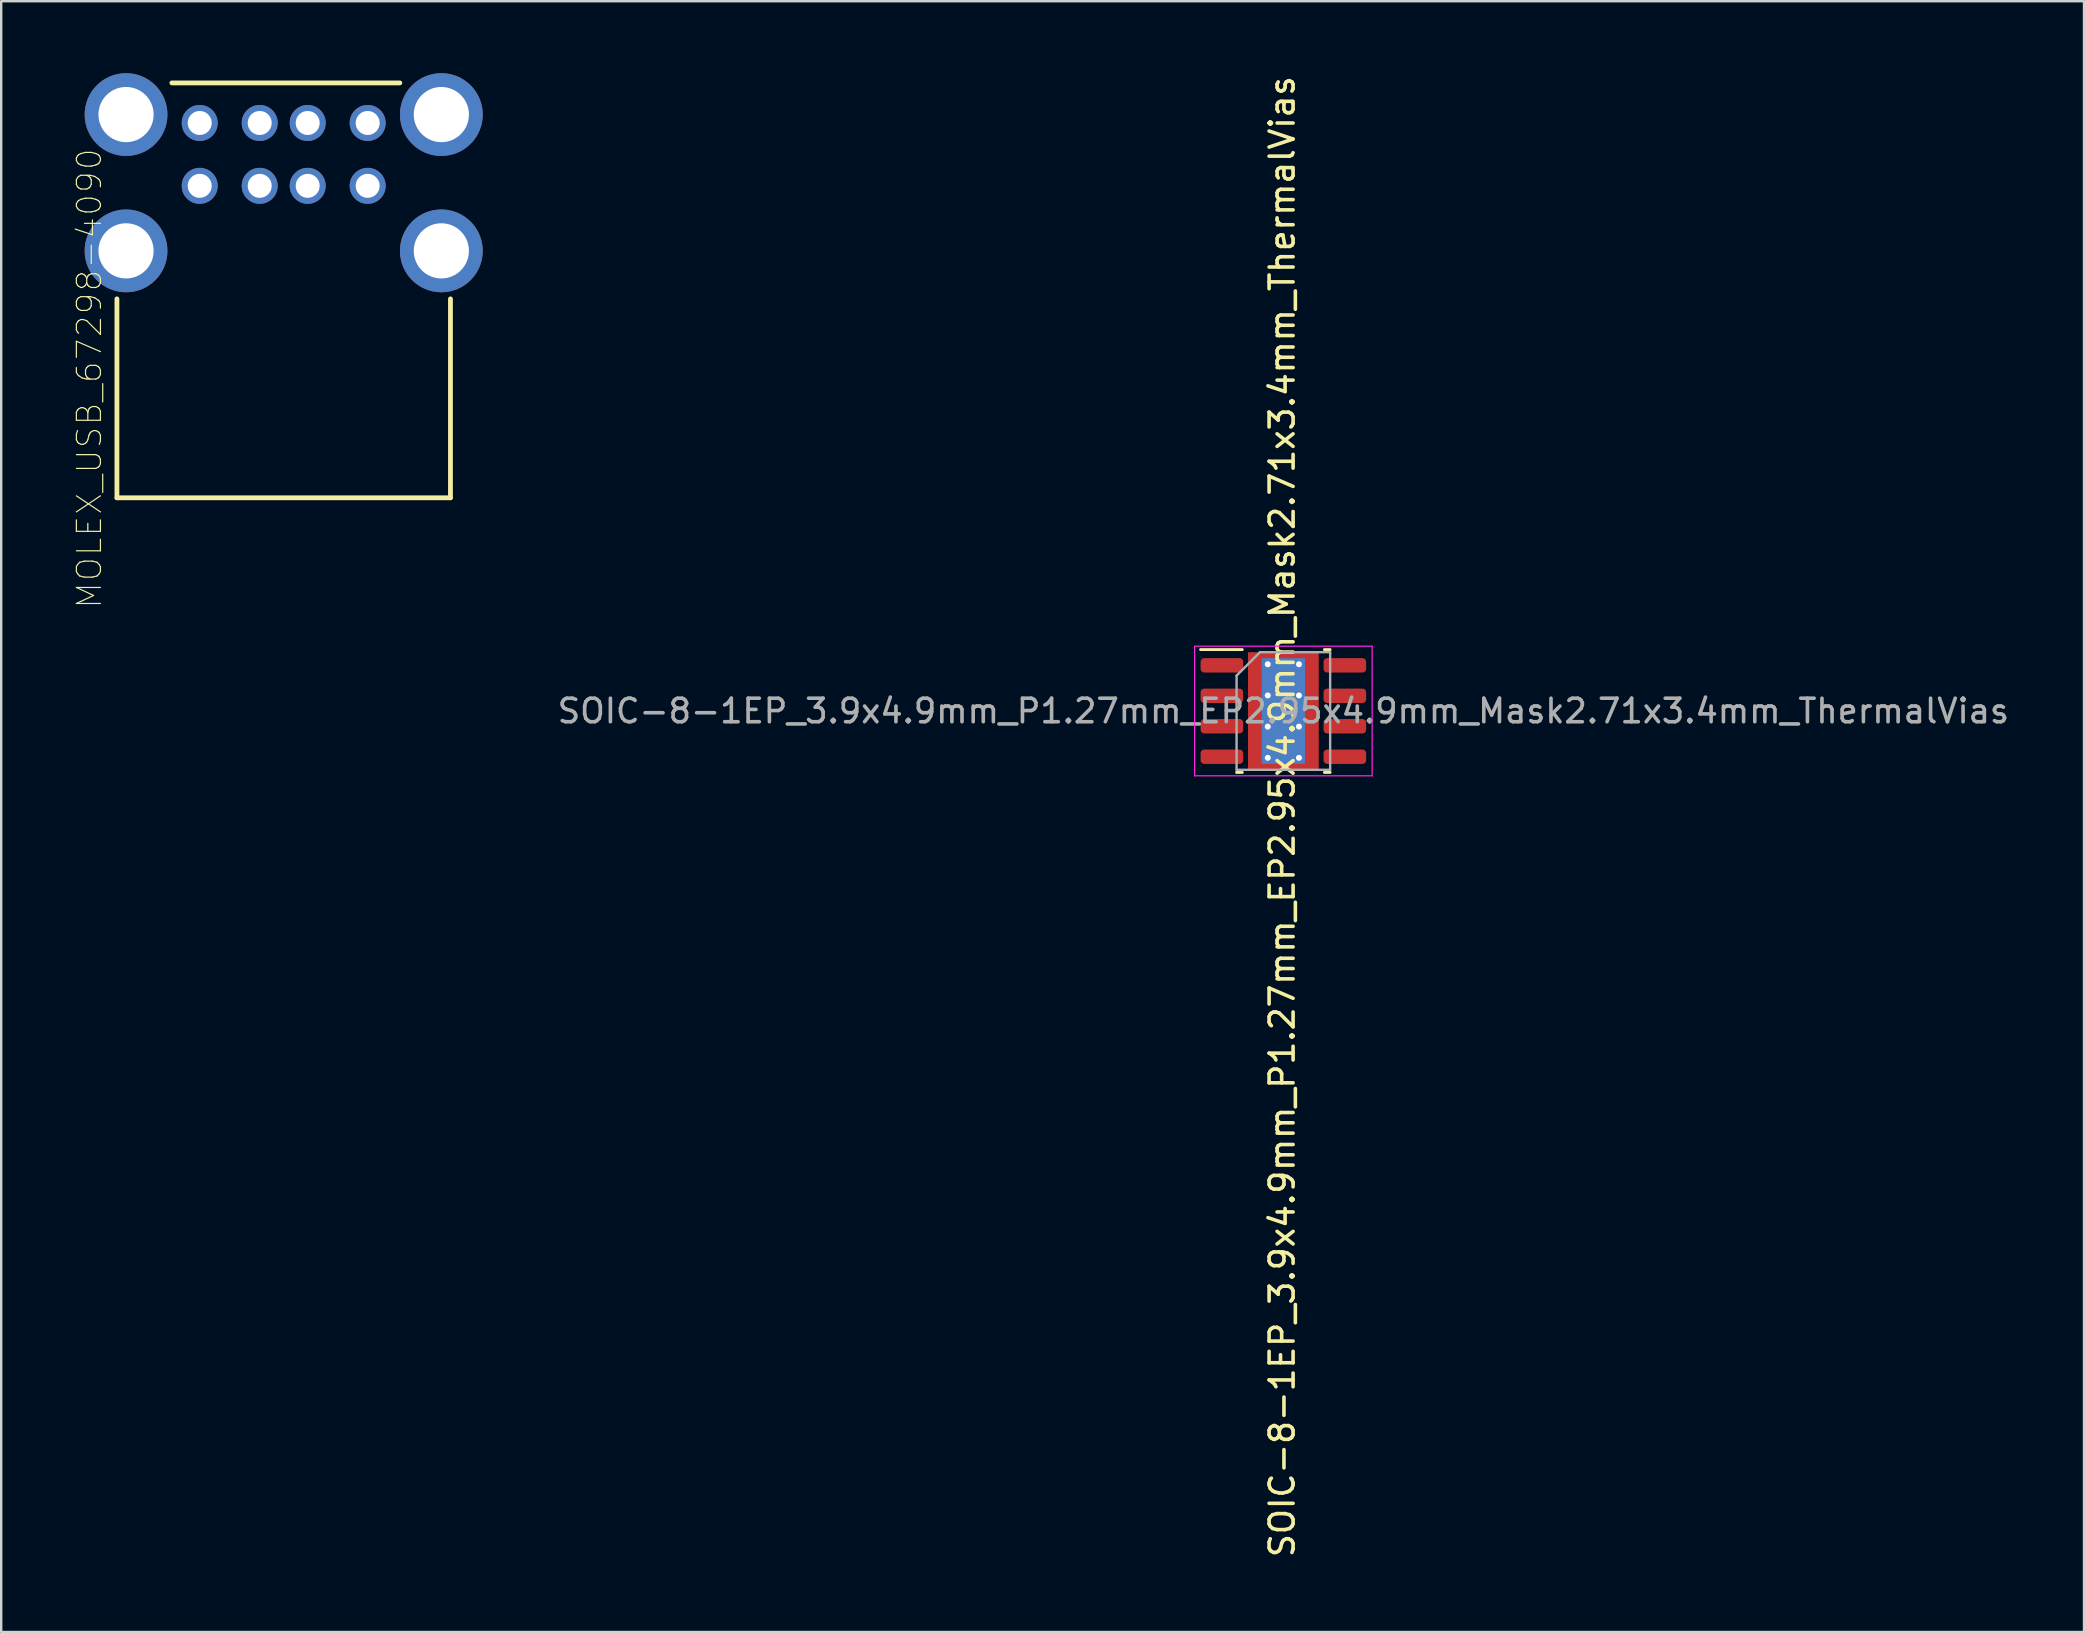
<source format=kicad_pcb>
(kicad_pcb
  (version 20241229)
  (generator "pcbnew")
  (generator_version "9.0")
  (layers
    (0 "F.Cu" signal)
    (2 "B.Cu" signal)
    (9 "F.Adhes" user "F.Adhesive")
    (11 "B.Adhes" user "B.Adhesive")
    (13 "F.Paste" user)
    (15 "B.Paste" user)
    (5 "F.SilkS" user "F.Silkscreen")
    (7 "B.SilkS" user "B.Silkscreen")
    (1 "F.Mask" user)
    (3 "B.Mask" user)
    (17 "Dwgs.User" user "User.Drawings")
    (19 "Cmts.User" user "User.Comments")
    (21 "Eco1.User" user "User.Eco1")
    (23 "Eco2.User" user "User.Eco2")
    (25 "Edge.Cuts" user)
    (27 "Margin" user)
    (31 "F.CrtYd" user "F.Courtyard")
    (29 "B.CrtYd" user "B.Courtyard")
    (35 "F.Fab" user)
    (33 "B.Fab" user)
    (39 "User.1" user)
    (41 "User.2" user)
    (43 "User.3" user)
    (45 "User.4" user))
  (footprint "MOLEX_USB_67298-4090"
    (layer "F.Cu")
    (at 8.773 7.405)
    (property "Reference" "MOLEX_USB_67298-4090" (at -8.099 5.319 90) (layer "F.SilkS") (effects (font (size 1.002 1.002) (thickness 0.05))))
    (attr through_hole)
    (fp_line (start -6.95 10.29) (end -6.95 2) (stroke (width 0.2) (type solid)) (layer "F.SilkS"))
    (fp_line (start -6.95 10.29) (end 6.95 10.29) (stroke (width 0.2) (type solid)) (layer "F.SilkS"))
    (fp_line (start -4.66 -7) (end 4.84 -7) (stroke (width 0.2) (type solid)) (layer "F.SilkS"))
    (fp_line (start 6.95 2) (end 6.95 10.29) (stroke (width 0.2) (type solid)) (layer "F.SilkS"))
    (fp_line (start -7.8 -7.25) (end 7.8 -7.25) (stroke (width 0.05) (type solid)) (layer "Eco1.User"))
    (fp_line (start -7.8 -4.5) (end -7.8 -7.25) (stroke (width 0.05) (type solid)) (layer "Eco1.User"))
    (fp_line (start -7.8 -1.25) (end -7.2 -1.25) (stroke (width 0.05) (type solid)) (layer "Eco1.User"))
    (fp_line (start -7.8 1.25) (end -7.8 -1.25) (stroke (width 0.05) (type solid)) (layer "Eco1.User"))
    (fp_line (start -7.2 -4.5) (end -7.8 -4.5) (stroke (width 0.05) (type solid)) (layer "Eco1.User"))
    (fp_line (start -7.2 -1.25) (end -7.2 -4.5) (stroke (width 0.05) (type solid)) (layer "Eco1.User"))
    (fp_line (start -7.2 1.25) (end -7.8 1.25) (stroke (width 0.05) (type solid)) (layer "Eco1.User"))
    (fp_line (start -7.2 10.45) (end -7.2 1.25) (stroke (width 0.05) (type solid)) (layer "Eco1.User"))
    (fp_line (start 7.2 -4.5) (end 7.2 -1.25) (stroke (width 0.05) (type solid)) (layer "Eco1.User"))
    (fp_line (start 7.2 -1.25) (end 7.8 -1.25) (stroke (width 0.05) (type solid)) (layer "Eco1.User"))
    (fp_line (start 7.2 1.25) (end 7.2 10.45) (stroke (width 0.05) (type solid)) (layer "Eco1.User"))
    (fp_line (start 7.2 10.45) (end -7.2 10.45) (stroke (width 0.05) (type solid)) (layer "Eco1.User"))
    (fp_line (start 7.8 -7.25) (end 7.8 -4.5) (stroke (width 0.05) (type solid)) (layer "Eco1.User"))
    (fp_line (start 7.8 -4.5) (end 7.2 -4.5) (stroke (width 0.05) (type solid)) (layer "Eco1.User"))
    (fp_line (start 7.8 -1.25) (end 7.8 1.25) (stroke (width 0.05) (type solid)) (layer "Eco1.User"))
    (fp_line (start 7.8 1.25) (end 7.2 1.25) (stroke (width 0.05) (type solid)) (layer "Eco1.User"))
    (pad "1" thru_hole circle (at -3.5 -5.33) (size 1.5 1.5) (drill 1) (layers "*.Cu" "*.Mask"))
    (pad "2" thru_hole circle (at -1 -5.33) (size 1.5 1.5) (drill 1) (layers "*.Cu" "*.Mask"))
    (pad "3" thru_hole circle (at 1 -5.33) (size 1.5 1.5) (drill 1) (layers "*.Cu" "*.Mask"))
    (pad "4" thru_hole circle (at 3.5 -5.33) (size 1.5 1.5) (drill 1) (layers "*.Cu" "*.Mask"))
    (pad "5" thru_hole circle (at -3.5 -2.71) (size 1.5 1.5) (drill 1) (layers "*.Cu" "*.Mask"))
    (pad "6" thru_hole circle (at -1 -2.71) (size 1.5 1.5) (drill 1) (layers "*.Cu" "*.Mask"))
    (pad "7" thru_hole circle (at 1 -2.71) (size 1.5 1.5) (drill 1) (layers "*.Cu" "*.Mask"))
    (pad "8" thru_hole circle (at 3.5 -2.71) (size 1.5 1.5) (drill 1) (layers "*.Cu" "*.Mask"))
    (pad "MT1" thru_hole circle (at -6.57 0) (size 3.45 3.45) (drill 2.3) (layers "*.Cu" "*.Mask"))
    (pad "MT2" thru_hole circle (at 6.57 0) (size 3.45 3.45) (drill 2.3) (layers "*.Cu" "*.Mask"))
    (pad "MT3" thru_hole circle (at -6.57 -5.68) (size 3.45 3.45) (drill 2.3) (layers "*.Cu" "*.Mask"))
    (pad "MT4" thru_hole circle (at 6.57 -5.68) (size 3.45 3.45) (drill 2.3) (layers "*.Cu" "*.Mask")))
  (footprint "SOIC-8-1EP_3.9x4.9mm_P1.27mm_EP2.95x4.9mm_Mask2.71x3.4mm_ThermalVias"
    (layer "F.Cu")
    (at 50.435 26.582)
    (property "Reference" "SOIC-8-1EP_3.9x4.9mm_P1.27mm_EP2.95x4.9mm_Mask2.71x3.4mm_ThermalVias" (at -0.05 4.4 90) (layer "F.SilkS") (effects (font (size 1 1) (thickness 0.15))))
    (attr smd)
    (fp_line (start -1.711 -2.56) (end -3.45 -2.56) (stroke (width 0.12) (type solid)) (layer "F.SilkS"))
    (fp_line (start -1.711 2.56) (end -1.95 2.56) (stroke (width 0.12) (type solid)) (layer "F.SilkS"))
    (fp_line (start 1.711 -2.56) (end 1.95 -2.56) (stroke (width 0.12) (type solid)) (layer "F.SilkS"))
    (fp_line (start 1.711 2.56) (end 1.95 2.56) (stroke (width 0.12) (type solid)) (layer "F.SilkS"))
    (fp_line (start -3.7 -2.7) (end -3.7 2.7) (stroke (width 0.05) (type solid)) (layer "F.CrtYd"))
    (fp_line (start -3.7 2.7) (end 3.7 2.7) (stroke (width 0.05) (type solid)) (layer "F.CrtYd"))
    (fp_line (start 3.7 -2.7) (end -3.7 -2.7) (stroke (width 0.05) (type solid)) (layer "F.CrtYd"))
    (fp_line (start 3.7 2.7) (end 3.7 -2.7) (stroke (width 0.05) (type solid)) (layer "F.CrtYd"))
    (fp_line (start -1.95 -1.475) (end -0.975 -2.45) (stroke (width 0.1) (type solid)) (layer "F.Fab"))
    (fp_line (start -1.95 2.45) (end -1.95 -1.475) (stroke (width 0.1) (type solid)) (layer "F.Fab"))
    (fp_line (start -0.975 -2.45) (end 1.95 -2.45) (stroke (width 0.1) (type solid)) (layer "F.Fab"))
    (fp_line (start 1.95 -2.45) (end 1.95 2.45) (stroke (width 0.1) (type solid)) (layer "F.Fab"))
    (fp_line (start 1.95 2.45) (end -1.95 2.45) (stroke (width 0.1) (type solid)) (layer "F.Fab"))
    (fp_text user "${REFERENCE}" (at 0 0 0) (layer "F.Fab") (effects (font (size 0.98 0.98) (thickness 0.15))))
    (pad "" smd roundrect (at -0.68 -0.85) (size 1.13 1.42) (layers "F.Paste") (roundrect_rratio 0.221))
    (pad "" smd roundrect (at -0.68 0.85) (size 1.13 1.42) (layers "F.Paste") (roundrect_rratio 0.221))
    (pad "" smd rect (at 0 0) (size 2.71 3.4) (layers "F.Mask"))
    (pad "" smd roundrect (at 0.68 -0.85) (size 1.13 1.42) (layers "F.Paste") (roundrect_rratio 0.221))
    (pad "" smd roundrect (at 0.68 0.85) (size 1.13 1.42) (layers "F.Paste") (roundrect_rratio 0.221))
    (pad "1" smd roundrect (at -2.562 -1.905) (size 1.775 0.6) (layers "F.Cu" "F.Mask" "F.Paste") (roundrect_rratio 0.25))
    (pad "2" smd roundrect (at -2.562 -0.635) (size 1.775 0.6) (layers "F.Cu" "F.Mask" "F.Paste") (roundrect_rratio 0.25))
    (pad "3" smd roundrect (at -2.562 0.635) (size 1.775 0.6) (layers "F.Cu" "F.Mask" "F.Paste") (roundrect_rratio 0.25))
    (pad "4" smd roundrect (at -2.562 1.905) (size 1.775 0.6) (layers "F.Cu" "F.Mask" "F.Paste") (roundrect_rratio 0.25))
    (pad "5" smd roundrect (at 2.562 1.905) (size 1.775 0.6) (layers "F.Cu" "F.Mask" "F.Paste") (roundrect_rratio 0.25))
    (pad "6" smd roundrect (at 2.562 0.635) (size 1.775 0.6) (layers "F.Cu" "F.Mask" "F.Paste") (roundrect_rratio 0.25))
    (pad "7" smd roundrect (at 2.562 -0.635) (size 1.775 0.6) (layers "F.Cu" "F.Mask" "F.Paste") (roundrect_rratio 0.25))
    (pad "8" smd roundrect (at 2.562 -1.905) (size 1.775 0.6) (layers "F.Cu" "F.Mask" "F.Paste") (roundrect_rratio 0.25))
    (pad "9" thru_hole circle (at -0.65 -1.95) (size 0.5 0.5) (drill 0.25) (layers "*.Cu"))
    (pad "9" thru_hole circle (at -0.65 -0.65) (size 0.5 0.5) (drill 0.25) (layers "*.Cu"))
    (pad "9" thru_hole circle (at -0.65 0.65 270) (size 0.5 0.5) (drill 0.25) (layers "*.Cu"))
    (pad "9" thru_hole circle (at -0.65 1.95) (size 0.5 0.5) (drill 0.25) (layers "*.Cu"))
    (pad "9" smd rect (at 0 0) (size 1.8 4.4) (layers "B.Cu" "B.Mask"))
    (pad "9" smd rect (at 0 0) (size 2.95 4.9) (layers "F.Cu"))
    (pad "9" thru_hole circle (at 0.65 -1.95) (size 0.5 0.5) (drill 0.25) (layers "*.Cu"))
    (pad "9" thru_hole circle (at 0.65 -0.65) (size 0.5 0.5) (drill 0.25) (layers "*.Cu"))
    (pad "9" thru_hole circle (at 0.65 0.65) (size 0.5 0.5) (drill 0.25) (layers "*.Cu"))
    (pad "9" thru_hole circle (at 0.65 1.95) (size 0.5 0.5) (drill 0.25) (layers "*.Cu")))
  (gr_rect
    (start -3 -3)
    (end 83.802 64.964)
    (stroke (width 0.1) (type default))
    (fill no)
    (layer "Edge.Cuts")))
</source>
